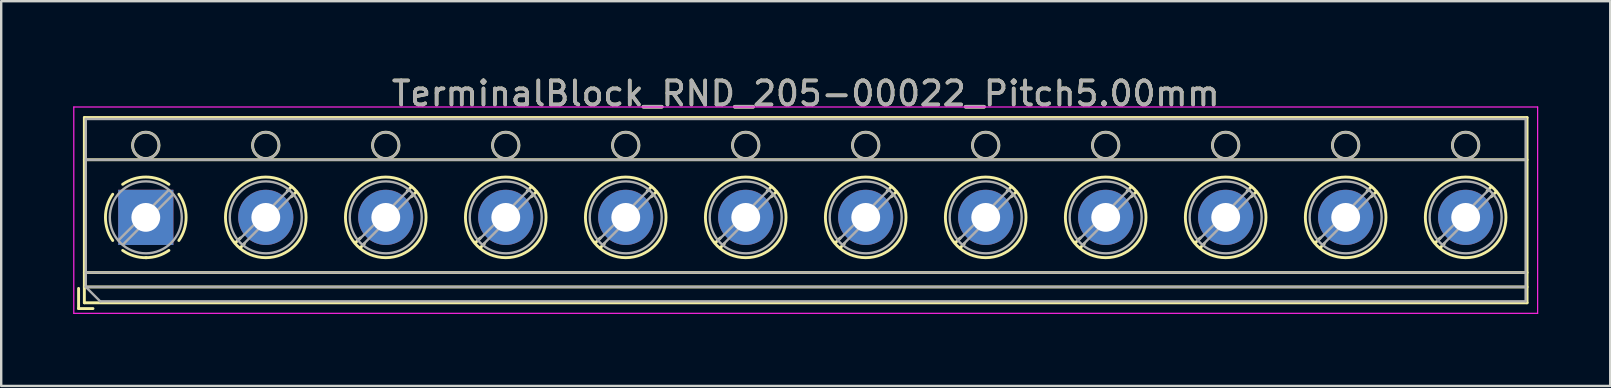
<source format=kicad_pcb>
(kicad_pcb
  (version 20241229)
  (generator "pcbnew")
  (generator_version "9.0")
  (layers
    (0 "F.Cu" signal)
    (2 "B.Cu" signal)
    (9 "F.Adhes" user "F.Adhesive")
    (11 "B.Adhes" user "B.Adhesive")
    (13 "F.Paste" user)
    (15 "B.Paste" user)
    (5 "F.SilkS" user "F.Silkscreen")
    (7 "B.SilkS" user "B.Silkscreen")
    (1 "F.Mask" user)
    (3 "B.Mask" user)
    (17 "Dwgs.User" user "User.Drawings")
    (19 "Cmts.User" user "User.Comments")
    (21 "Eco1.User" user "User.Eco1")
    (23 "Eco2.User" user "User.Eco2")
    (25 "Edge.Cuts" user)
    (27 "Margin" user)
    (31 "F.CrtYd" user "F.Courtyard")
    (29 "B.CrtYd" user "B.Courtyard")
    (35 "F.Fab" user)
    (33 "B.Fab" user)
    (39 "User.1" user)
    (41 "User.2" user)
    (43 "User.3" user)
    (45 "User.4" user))
  (footprint "TerminalBlock_RND_205-00022_Pitch5.00mm"
    (layer "F.Cu")
    (at 3.025 6.008)
    (property "Reference" "TerminalBlock_RND_205-00022_Pitch5.00mm" (at 27.5 -5.16 0) (layer "F.SilkS") (effects (font (size 1 1) (thickness 0.15))))
    (attr through_hole)
    (fp_line (start -2.8 2.96) (end -2.8 3.8) (stroke (width 0.12) (type solid)) (layer "F.SilkS"))
    (fp_line (start -2.8 3.8) (end -2.2 3.8) (stroke (width 0.12) (type solid)) (layer "F.SilkS"))
    (fp_line (start -2.56 -4.16) (end -2.56 3.56) (stroke (width 0.12) (type solid)) (layer "F.SilkS"))
    (fp_line (start -2.56 -2.4) (end 57.56 -2.4) (stroke (width 0.12) (type solid)) (layer "F.SilkS"))
    (fp_line (start -2.56 2.3) (end 57.56 2.3) (stroke (width 0.12) (type solid)) (layer "F.SilkS"))
    (fp_line (start -2.56 2.9) (end 57.56 2.9) (stroke (width 0.12) (type solid)) (layer "F.SilkS"))
    (fp_line (start -2.56 3.56) (end 57.56 3.56) (stroke (width 0.12) (type solid)) (layer "F.SilkS"))
    (fp_line (start 3.937 0.859) (end 3.726 1.069) (stroke (width 0.12) (type solid)) (layer "F.SilkS"))
    (fp_line (start 4.107 1.099) (end 3.931 1.274) (stroke (width 0.12) (type solid)) (layer "F.SilkS"))
    (fp_line (start 6.07 -1.275) (end 5.894 -1.099) (stroke (width 0.12) (type solid)) (layer "F.SilkS"))
    (fp_line (start 6.275 -1.069) (end 6.064 -0.859) (stroke (width 0.12) (type solid)) (layer "F.SilkS"))
    (fp_line (start 8.937 0.859) (end 8.726 1.069) (stroke (width 0.12) (type solid)) (layer "F.SilkS"))
    (fp_line (start 9.107 1.099) (end 8.931 1.274) (stroke (width 0.12) (type solid)) (layer "F.SilkS"))
    (fp_line (start 11.07 -1.275) (end 10.894 -1.099) (stroke (width 0.12) (type solid)) (layer "F.SilkS"))
    (fp_line (start 11.275 -1.069) (end 11.064 -0.859) (stroke (width 0.12) (type solid)) (layer "F.SilkS"))
    (fp_line (start 13.937 0.859) (end 13.726 1.069) (stroke (width 0.12) (type solid)) (layer "F.SilkS"))
    (fp_line (start 14.107 1.099) (end 13.931 1.274) (stroke (width 0.12) (type solid)) (layer "F.SilkS"))
    (fp_line (start 16.07 -1.275) (end 15.894 -1.099) (stroke (width 0.12) (type solid)) (layer "F.SilkS"))
    (fp_line (start 16.275 -1.069) (end 16.064 -0.859) (stroke (width 0.12) (type solid)) (layer "F.SilkS"))
    (fp_line (start 18.937 0.859) (end 18.726 1.069) (stroke (width 0.12) (type solid)) (layer "F.SilkS"))
    (fp_line (start 19.107 1.099) (end 18.931 1.274) (stroke (width 0.12) (type solid)) (layer "F.SilkS"))
    (fp_line (start 21.07 -1.275) (end 20.894 -1.099) (stroke (width 0.12) (type solid)) (layer "F.SilkS"))
    (fp_line (start 21.275 -1.069) (end 21.064 -0.859) (stroke (width 0.12) (type solid)) (layer "F.SilkS"))
    (fp_line (start 23.937 0.859) (end 23.726 1.069) (stroke (width 0.12) (type solid)) (layer "F.SilkS"))
    (fp_line (start 24.107 1.099) (end 23.931 1.274) (stroke (width 0.12) (type solid)) (layer "F.SilkS"))
    (fp_line (start 26.07 -1.275) (end 25.894 -1.099) (stroke (width 0.12) (type solid)) (layer "F.SilkS"))
    (fp_line (start 26.275 -1.069) (end 26.064 -0.859) (stroke (width 0.12) (type solid)) (layer "F.SilkS"))
    (fp_line (start 28.937 0.859) (end 28.726 1.069) (stroke (width 0.12) (type solid)) (layer "F.SilkS"))
    (fp_line (start 29.107 1.099) (end 28.931 1.274) (stroke (width 0.12) (type solid)) (layer "F.SilkS"))
    (fp_line (start 31.07 -1.275) (end 30.894 -1.099) (stroke (width 0.12) (type solid)) (layer "F.SilkS"))
    (fp_line (start 31.275 -1.069) (end 31.064 -0.859) (stroke (width 0.12) (type solid)) (layer "F.SilkS"))
    (fp_line (start 33.937 0.859) (end 33.726 1.069) (stroke (width 0.12) (type solid)) (layer "F.SilkS"))
    (fp_line (start 34.107 1.099) (end 33.931 1.274) (stroke (width 0.12) (type solid)) (layer "F.SilkS"))
    (fp_line (start 36.07 -1.275) (end 35.894 -1.099) (stroke (width 0.12) (type solid)) (layer "F.SilkS"))
    (fp_line (start 36.275 -1.069) (end 36.064 -0.859) (stroke (width 0.12) (type solid)) (layer "F.SilkS"))
    (fp_line (start 38.937 0.859) (end 38.726 1.069) (stroke (width 0.12) (type solid)) (layer "F.SilkS"))
    (fp_line (start 39.107 1.099) (end 38.931 1.274) (stroke (width 0.12) (type solid)) (layer "F.SilkS"))
    (fp_line (start 41.07 -1.275) (end 40.894 -1.099) (stroke (width 0.12) (type solid)) (layer "F.SilkS"))
    (fp_line (start 41.275 -1.069) (end 41.064 -0.859) (stroke (width 0.12) (type solid)) (layer "F.SilkS"))
    (fp_line (start 43.937 0.859) (end 43.726 1.069) (stroke (width 0.12) (type solid)) (layer "F.SilkS"))
    (fp_line (start 44.107 1.099) (end 43.931 1.274) (stroke (width 0.12) (type solid)) (layer "F.SilkS"))
    (fp_line (start 46.07 -1.275) (end 45.894 -1.099) (stroke (width 0.12) (type solid)) (layer "F.SilkS"))
    (fp_line (start 46.275 -1.069) (end 46.064 -0.859) (stroke (width 0.12) (type solid)) (layer "F.SilkS"))
    (fp_line (start 48.937 0.859) (end 48.726 1.069) (stroke (width 0.12) (type solid)) (layer "F.SilkS"))
    (fp_line (start 49.107 1.099) (end 48.931 1.274) (stroke (width 0.12) (type solid)) (layer "F.SilkS"))
    (fp_line (start 51.07 -1.275) (end 50.894 -1.099) (stroke (width 0.12) (type solid)) (layer "F.SilkS"))
    (fp_line (start 51.275 -1.069) (end 51.064 -0.859) (stroke (width 0.12) (type solid)) (layer "F.SilkS"))
    (fp_line (start 53.937 0.859) (end 53.726 1.069) (stroke (width 0.12) (type solid)) (layer "F.SilkS"))
    (fp_line (start 54.107 1.099) (end 53.931 1.274) (stroke (width 0.12) (type solid)) (layer "F.SilkS"))
    (fp_line (start 56.07 -1.275) (end 55.894 -1.099) (stroke (width 0.12) (type solid)) (layer "F.SilkS"))
    (fp_line (start 56.275 -1.069) (end 56.064 -0.859) (stroke (width 0.12) (type solid)) (layer "F.SilkS"))
    (fp_line (start 57.56 -4.16) (end -2.56 -4.16) (stroke (width 0.12) (type solid)) (layer "F.SilkS"))
    (fp_line (start 57.56 3.56) (end 57.56 -4.16) (stroke (width 0.12) (type solid)) (layer "F.SilkS"))
    (fp_arc (start -1.376825 0.964249) (mid -1.6809 0.000152) (end -1.377 -0.964) (stroke (width 0.12) (type solid)) (layer "F.SilkS"))
    (fp_arc (start -0.964249 -1.376825) (mid -0.000152 -1.6809) (end 0.964 -1.377) (stroke (width 0.12) (type solid)) (layer "F.SilkS"))
    (fp_arc (start 0.029488 1.680641) (mid -0.491302 1.607497) (end -0.964 1.377) (stroke (width 0.12) (type solid)) (layer "F.SilkS"))
    (fp_arc (start 0.963608 1.376175) (mid 0.505186 1.602244) (end 0 1.68) (stroke (width 0.12) (type solid)) (layer "F.SilkS"))
    (fp_arc (start 1.376825 -0.964249) (mid 1.6809 -0.000152) (end 1.377 0.964) (stroke (width 0.12) (type solid)) (layer "F.SilkS"))
    (fp_circle (center 0 -3) (end 0.55 -3) (stroke (width 0.12) (type solid)) (fill no) (layer "F.SilkS"))
    (fp_circle (center 5 -3) (end 5.55 -3) (stroke (width 0.12) (type solid)) (fill no) (layer "F.SilkS"))
    (fp_circle (center 5 0) (end 6.68 0) (stroke (width 0.12) (type solid)) (fill no) (layer "F.SilkS"))
    (fp_circle (center 10 -3) (end 10.55 -3) (stroke (width 0.12) (type solid)) (fill no) (layer "F.SilkS"))
    (fp_circle (center 10 0) (end 11.68 0) (stroke (width 0.12) (type solid)) (fill no) (layer "F.SilkS"))
    (fp_circle (center 15 -3) (end 15.55 -3) (stroke (width 0.12) (type solid)) (fill no) (layer "F.SilkS"))
    (fp_circle (center 15 0) (end 16.68 0) (stroke (width 0.12) (type solid)) (fill no) (layer "F.SilkS"))
    (fp_circle (center 20 -3) (end 20.55 -3) (stroke (width 0.12) (type solid)) (fill no) (layer "F.SilkS"))
    (fp_circle (center 20 0) (end 21.68 0) (stroke (width 0.12) (type solid)) (fill no) (layer "F.SilkS"))
    (fp_circle (center 25 -3) (end 25.55 -3) (stroke (width 0.12) (type solid)) (fill no) (layer "F.SilkS"))
    (fp_circle (center 25 0) (end 26.68 0) (stroke (width 0.12) (type solid)) (fill no) (layer "F.SilkS"))
    (fp_circle (center 30 -3) (end 30.55 -3) (stroke (width 0.12) (type solid)) (fill no) (layer "F.SilkS"))
    (fp_circle (center 30 0) (end 31.68 0) (stroke (width 0.12) (type solid)) (fill no) (layer "F.SilkS"))
    (fp_circle (center 35 -3) (end 35.55 -3) (stroke (width 0.12) (type solid)) (fill no) (layer "F.SilkS"))
    (fp_circle (center 35 0) (end 36.68 0) (stroke (width 0.12) (type solid)) (fill no) (layer "F.SilkS"))
    (fp_circle (center 40 -3) (end 40.55 -3) (stroke (width 0.12) (type solid)) (fill no) (layer "F.SilkS"))
    (fp_circle (center 40 0) (end 41.68 0) (stroke (width 0.12) (type solid)) (fill no) (layer "F.SilkS"))
    (fp_circle (center 45 -3) (end 45.55 -3) (stroke (width 0.12) (type solid)) (fill no) (layer "F.SilkS"))
    (fp_circle (center 45 0) (end 46.68 0) (stroke (width 0.12) (type solid)) (fill no) (layer "F.SilkS"))
    (fp_circle (center 50 -3) (end 50.55 -3) (stroke (width 0.12) (type solid)) (fill no) (layer "F.SilkS"))
    (fp_circle (center 50 0) (end 51.68 0) (stroke (width 0.12) (type solid)) (fill no) (layer "F.SilkS"))
    (fp_circle (center 55 -3) (end 55.55 -3) (stroke (width 0.12) (type solid)) (fill no) (layer "F.SilkS"))
    (fp_circle (center 55 0) (end 56.68 0) (stroke (width 0.12) (type solid)) (fill no) (layer "F.SilkS"))
    (fp_line (start -3 -4.6) (end -3 4) (stroke (width 0.05) (type solid)) (layer "F.CrtYd"))
    (fp_line (start -3 4) (end 58 4) (stroke (width 0.05) (type solid)) (layer "F.CrtYd"))
    (fp_line (start 58 -4.6) (end -3 -4.6) (stroke (width 0.05) (type solid)) (layer "F.CrtYd"))
    (fp_line (start 58 4) (end 58 -4.6) (stroke (width 0.05) (type solid)) (layer "F.CrtYd"))
    (fp_line (start -2.5 -4.1) (end 57.5 -4.1) (stroke (width 0.1) (type solid)) (layer "F.Fab"))
    (fp_line (start -2.5 -2.4) (end 57.5 -2.4) (stroke (width 0.1) (type solid)) (layer "F.Fab"))
    (fp_line (start -2.5 2.3) (end 57.5 2.3) (stroke (width 0.1) (type solid)) (layer "F.Fab"))
    (fp_line (start -2.5 2.9) (end -2.5 -4.1) (stroke (width 0.1) (type solid)) (layer "F.Fab"))
    (fp_line (start -2.5 2.9) (end 57.5 2.9) (stroke (width 0.1) (type solid)) (layer "F.Fab"))
    (fp_line (start -1.9 3.5) (end -2.5 2.9) (stroke (width 0.1) (type solid)) (layer "F.Fab"))
    (fp_line (start 0.955 -1.138) (end -1.138 0.955) (stroke (width 0.1) (type solid)) (layer "F.Fab"))
    (fp_line (start 1.138 -0.955) (end -0.955 1.138) (stroke (width 0.1) (type solid)) (layer "F.Fab"))
    (fp_line (start 5.955 -1.138) (end 3.863 0.955) (stroke (width 0.1) (type solid)) (layer "F.Fab"))
    (fp_line (start 6.138 -0.955) (end 4.046 1.138) (stroke (width 0.1) (type solid)) (layer "F.Fab"))
    (fp_line (start 10.955 -1.138) (end 8.863 0.955) (stroke (width 0.1) (type solid)) (layer "F.Fab"))
    (fp_line (start 11.138 -0.955) (end 9.046 1.138) (stroke (width 0.1) (type solid)) (layer "F.Fab"))
    (fp_line (start 15.955 -1.138) (end 13.863 0.955) (stroke (width 0.1) (type solid)) (layer "F.Fab"))
    (fp_line (start 16.138 -0.955) (end 14.046 1.138) (stroke (width 0.1) (type solid)) (layer "F.Fab"))
    (fp_line (start 20.955 -1.138) (end 18.863 0.955) (stroke (width 0.1) (type solid)) (layer "F.Fab"))
    (fp_line (start 21.138 -0.955) (end 19.046 1.138) (stroke (width 0.1) (type solid)) (layer "F.Fab"))
    (fp_line (start 25.955 -1.138) (end 23.863 0.955) (stroke (width 0.1) (type solid)) (layer "F.Fab"))
    (fp_line (start 26.138 -0.955) (end 24.046 1.138) (stroke (width 0.1) (type solid)) (layer "F.Fab"))
    (fp_line (start 30.955 -1.138) (end 28.863 0.955) (stroke (width 0.1) (type solid)) (layer "F.Fab"))
    (fp_line (start 31.138 -0.955) (end 29.046 1.138) (stroke (width 0.1) (type solid)) (layer "F.Fab"))
    (fp_line (start 35.955 -1.138) (end 33.863 0.955) (stroke (width 0.1) (type solid)) (layer "F.Fab"))
    (fp_line (start 36.138 -0.955) (end 34.046 1.138) (stroke (width 0.1) (type solid)) (layer "F.Fab"))
    (fp_line (start 40.955 -1.138) (end 38.863 0.955) (stroke (width 0.1) (type solid)) (layer "F.Fab"))
    (fp_line (start 41.138 -0.955) (end 39.046 1.138) (stroke (width 0.1) (type solid)) (layer "F.Fab"))
    (fp_line (start 45.955 -1.138) (end 43.863 0.955) (stroke (width 0.1) (type solid)) (layer "F.Fab"))
    (fp_line (start 46.138 -0.955) (end 44.046 1.138) (stroke (width 0.1) (type solid)) (layer "F.Fab"))
    (fp_line (start 50.955 -1.138) (end 48.863 0.955) (stroke (width 0.1) (type solid)) (layer "F.Fab"))
    (fp_line (start 51.138 -0.955) (end 49.046 1.138) (stroke (width 0.1) (type solid)) (layer "F.Fab"))
    (fp_line (start 55.955 -1.138) (end 53.863 0.955) (stroke (width 0.1) (type solid)) (layer "F.Fab"))
    (fp_line (start 56.138 -0.955) (end 54.046 1.138) (stroke (width 0.1) (type solid)) (layer "F.Fab"))
    (fp_line (start 57.5 -4.1) (end 57.5 3.5) (stroke (width 0.1) (type solid)) (layer "F.Fab"))
    (fp_line (start 57.5 3.5) (end -1.9 3.5) (stroke (width 0.1) (type solid)) (layer "F.Fab"))
    (fp_circle (center 0 -3) (end 0.55 -3) (stroke (width 0.1) (type solid)) (fill no) (layer "F.Fab"))
    (fp_circle (center 0 0) (end 1.5 0) (stroke (width 0.1) (type solid)) (fill no) (layer "F.Fab"))
    (fp_circle (center 5 -3) (end 5.55 -3) (stroke (width 0.1) (type solid)) (fill no) (layer "F.Fab"))
    (fp_circle (center 5 0) (end 6.5 0) (stroke (width 0.1) (type solid)) (fill no) (layer "F.Fab"))
    (fp_circle (center 10 -3) (end 10.55 -3) (stroke (width 0.1) (type solid)) (fill no) (layer "F.Fab"))
    (fp_circle (center 10 0) (end 11.5 0) (stroke (width 0.1) (type solid)) (fill no) (layer "F.Fab"))
    (fp_circle (center 15 -3) (end 15.55 -3) (stroke (width 0.1) (type solid)) (fill no) (layer "F.Fab"))
    (fp_circle (center 15 0) (end 16.5 0) (stroke (width 0.1) (type solid)) (fill no) (layer "F.Fab"))
    (fp_circle (center 20 -3) (end 20.55 -3) (stroke (width 0.1) (type solid)) (fill no) (layer "F.Fab"))
    (fp_circle (center 20 0) (end 21.5 0) (stroke (width 0.1) (type solid)) (fill no) (layer "F.Fab"))
    (fp_circle (center 25 -3) (end 25.55 -3) (stroke (width 0.1) (type solid)) (fill no) (layer "F.Fab"))
    (fp_circle (center 25 0) (end 26.5 0) (stroke (width 0.1) (type solid)) (fill no) (layer "F.Fab"))
    (fp_circle (center 30 -3) (end 30.55 -3) (stroke (width 0.1) (type solid)) (fill no) (layer "F.Fab"))
    (fp_circle (center 30 0) (end 31.5 0) (stroke (width 0.1) (type solid)) (fill no) (layer "F.Fab"))
    (fp_circle (center 35 -3) (end 35.55 -3) (stroke (width 0.1) (type solid)) (fill no) (layer "F.Fab"))
    (fp_circle (center 35 0) (end 36.5 0) (stroke (width 0.1) (type solid)) (fill no) (layer "F.Fab"))
    (fp_circle (center 40 -3) (end 40.55 -3) (stroke (width 0.1) (type solid)) (fill no) (layer "F.Fab"))
    (fp_circle (center 40 0) (end 41.5 0) (stroke (width 0.1) (type solid)) (fill no) (layer "F.Fab"))
    (fp_circle (center 45 -3) (end 45.55 -3) (stroke (width 0.1) (type solid)) (fill no) (layer "F.Fab"))
    (fp_circle (center 45 0) (end 46.5 0) (stroke (width 0.1) (type solid)) (fill no) (layer "F.Fab"))
    (fp_circle (center 50 -3) (end 50.55 -3) (stroke (width 0.1) (type solid)) (fill no) (layer "F.Fab"))
    (fp_circle (center 50 0) (end 51.5 0) (stroke (width 0.1) (type solid)) (fill no) (layer "F.Fab"))
    (fp_circle (center 55 -3) (end 55.55 -3) (stroke (width 0.1) (type solid)) (fill no) (layer "F.Fab"))
    (fp_circle (center 55 0) (end 56.5 0) (stroke (width 0.1) (type solid)) (fill no) (layer "F.Fab"))
    (fp_text user "${REFERENCE}" (at 27.5 -5.16 0) (layer "F.Fab") (effects (font (size 1 1) (thickness 0.15))))
    (pad "1" thru_hole rect (at 0 0) (size 2.3 2.3) (drill 1.2) (layers "*.Cu" "*.Mask"))
    (pad "2" thru_hole oval (at 5 0) (size 2.3 2.3) (drill 1.2) (layers "*.Cu" "*.Mask"))
    (pad "3" thru_hole oval (at 10 0) (size 2.3 2.3) (drill 1.2) (layers "*.Cu" "*.Mask"))
    (pad "4" thru_hole oval (at 15 0) (size 2.3 2.3) (drill 1.2) (layers "*.Cu" "*.Mask"))
    (pad "5" thru_hole oval (at 20 0) (size 2.3 2.3) (drill 1.2) (layers "*.Cu" "*.Mask"))
    (pad "6" thru_hole oval (at 25 0) (size 2.3 2.3) (drill 1.2) (layers "*.Cu" "*.Mask"))
    (pad "7" thru_hole oval (at 30 0) (size 2.3 2.3) (drill 1.2) (layers "*.Cu" "*.Mask"))
    (pad "8" thru_hole oval (at 35 0) (size 2.3 2.3) (drill 1.2) (layers "*.Cu" "*.Mask"))
    (pad "9" thru_hole oval (at 40 0) (size 2.3 2.3) (drill 1.2) (layers "*.Cu" "*.Mask"))
    (pad "10" thru_hole oval (at 45 0) (size 2.3 2.3) (drill 1.2) (layers "*.Cu" "*.Mask"))
    (pad "11" thru_hole oval (at 50 0) (size 2.3 2.3) (drill 1.2) (layers "*.Cu" "*.Mask"))
    (pad "12" thru_hole oval (at 55 0) (size 2.3 2.3) (drill 1.2) (layers "*.Cu" "*.Mask")))
  (gr_rect
    (start -3 -3)
    (end 64.05 13.033)
    (stroke (width 0.1) (type default))
    (fill no)
    (layer "Edge.Cuts")))
</source>
